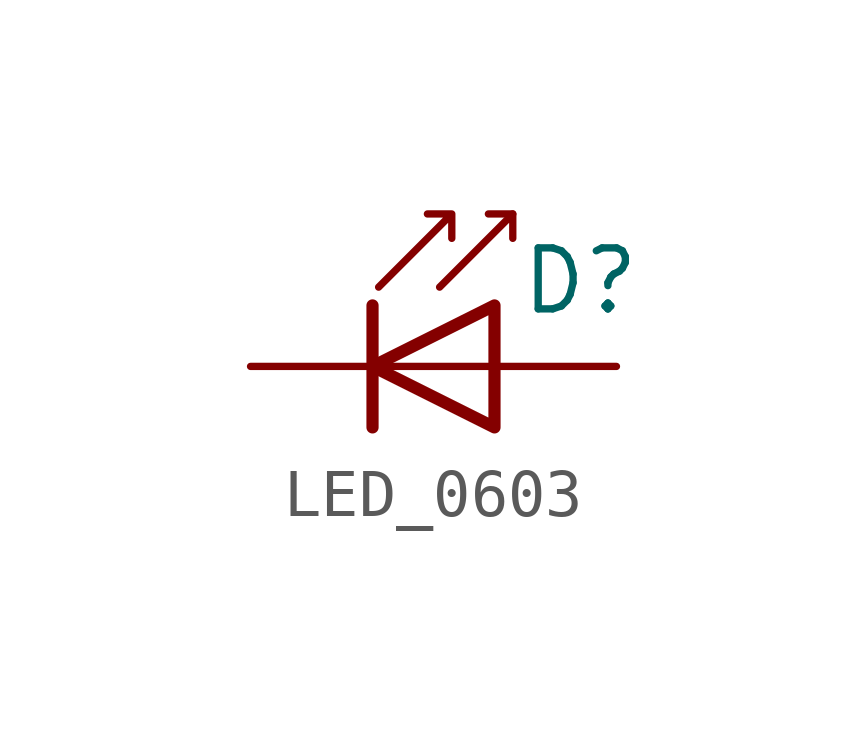
<source format=kicad_sym>
(kicad_symbol_lib
  (version 20220914)
  (generator kicad_symbol_editor)
  (symbol "LED_0603"
    (pin_numbers hide)
    (pin_names
      (offset 1.016) hide)
    (property "Reference" "D"
      (at 0.508 1.778 0)
      (effects (font (size 1.27 1.27)) (justify left)))
    (property "Color" ""
      (at 0 0 0)
      (effects (font (size 1.27 1.27))))
    (symbol "LED_0603_0_1"
      (polyline (pts (xy -2.54 0) (xy 0 0)) (stroke (width 0) (type default)) (fill (type none)))
      (polyline (pts (xy -2.54 1.27) (xy -2.54 -1.27)) (stroke (width 0.254) (type default)) (fill (type none)))
      (polyline (pts (xy 0.381 3.175) (xy -0.127 3.175)) (stroke (width 0) (type default)) (fill (type none)))
      (polyline (pts (xy -1.143 1.651) (xy 0.381 3.175) (xy 0.381 2.667)) (stroke (width 0) (type default)) (fill (type none)))
      (polyline (pts (xy 0 -1.27) (xy 0 1.27) (xy -2.54 0) (xy 0 -1.27)) (stroke (width 0.254) (type default)) (fill (type none)))
      (polyline (pts (xy -2.413 1.651) (xy -0.889 3.175) (xy -0.889 2.667) (xy -0.889 3.175) (xy -1.397 3.175)) (stroke (width 0) (type default)) (fill (type none))))
    (symbol "LED_0603_1_1"
      (pin passive line (at -5.08 0 0) (length 2.54) (name "K" (effects (font (size 1.27 1.27)))) (number "1" (effects (font (size 1.27 1.27)))))
      (pin passive line (at 2.54 0 180) (length 2.54) (name "A" (effects (font (size 1.27 1.27)))) (number "2" (effects (font (size 1.27 1.27))))))))
</source>
